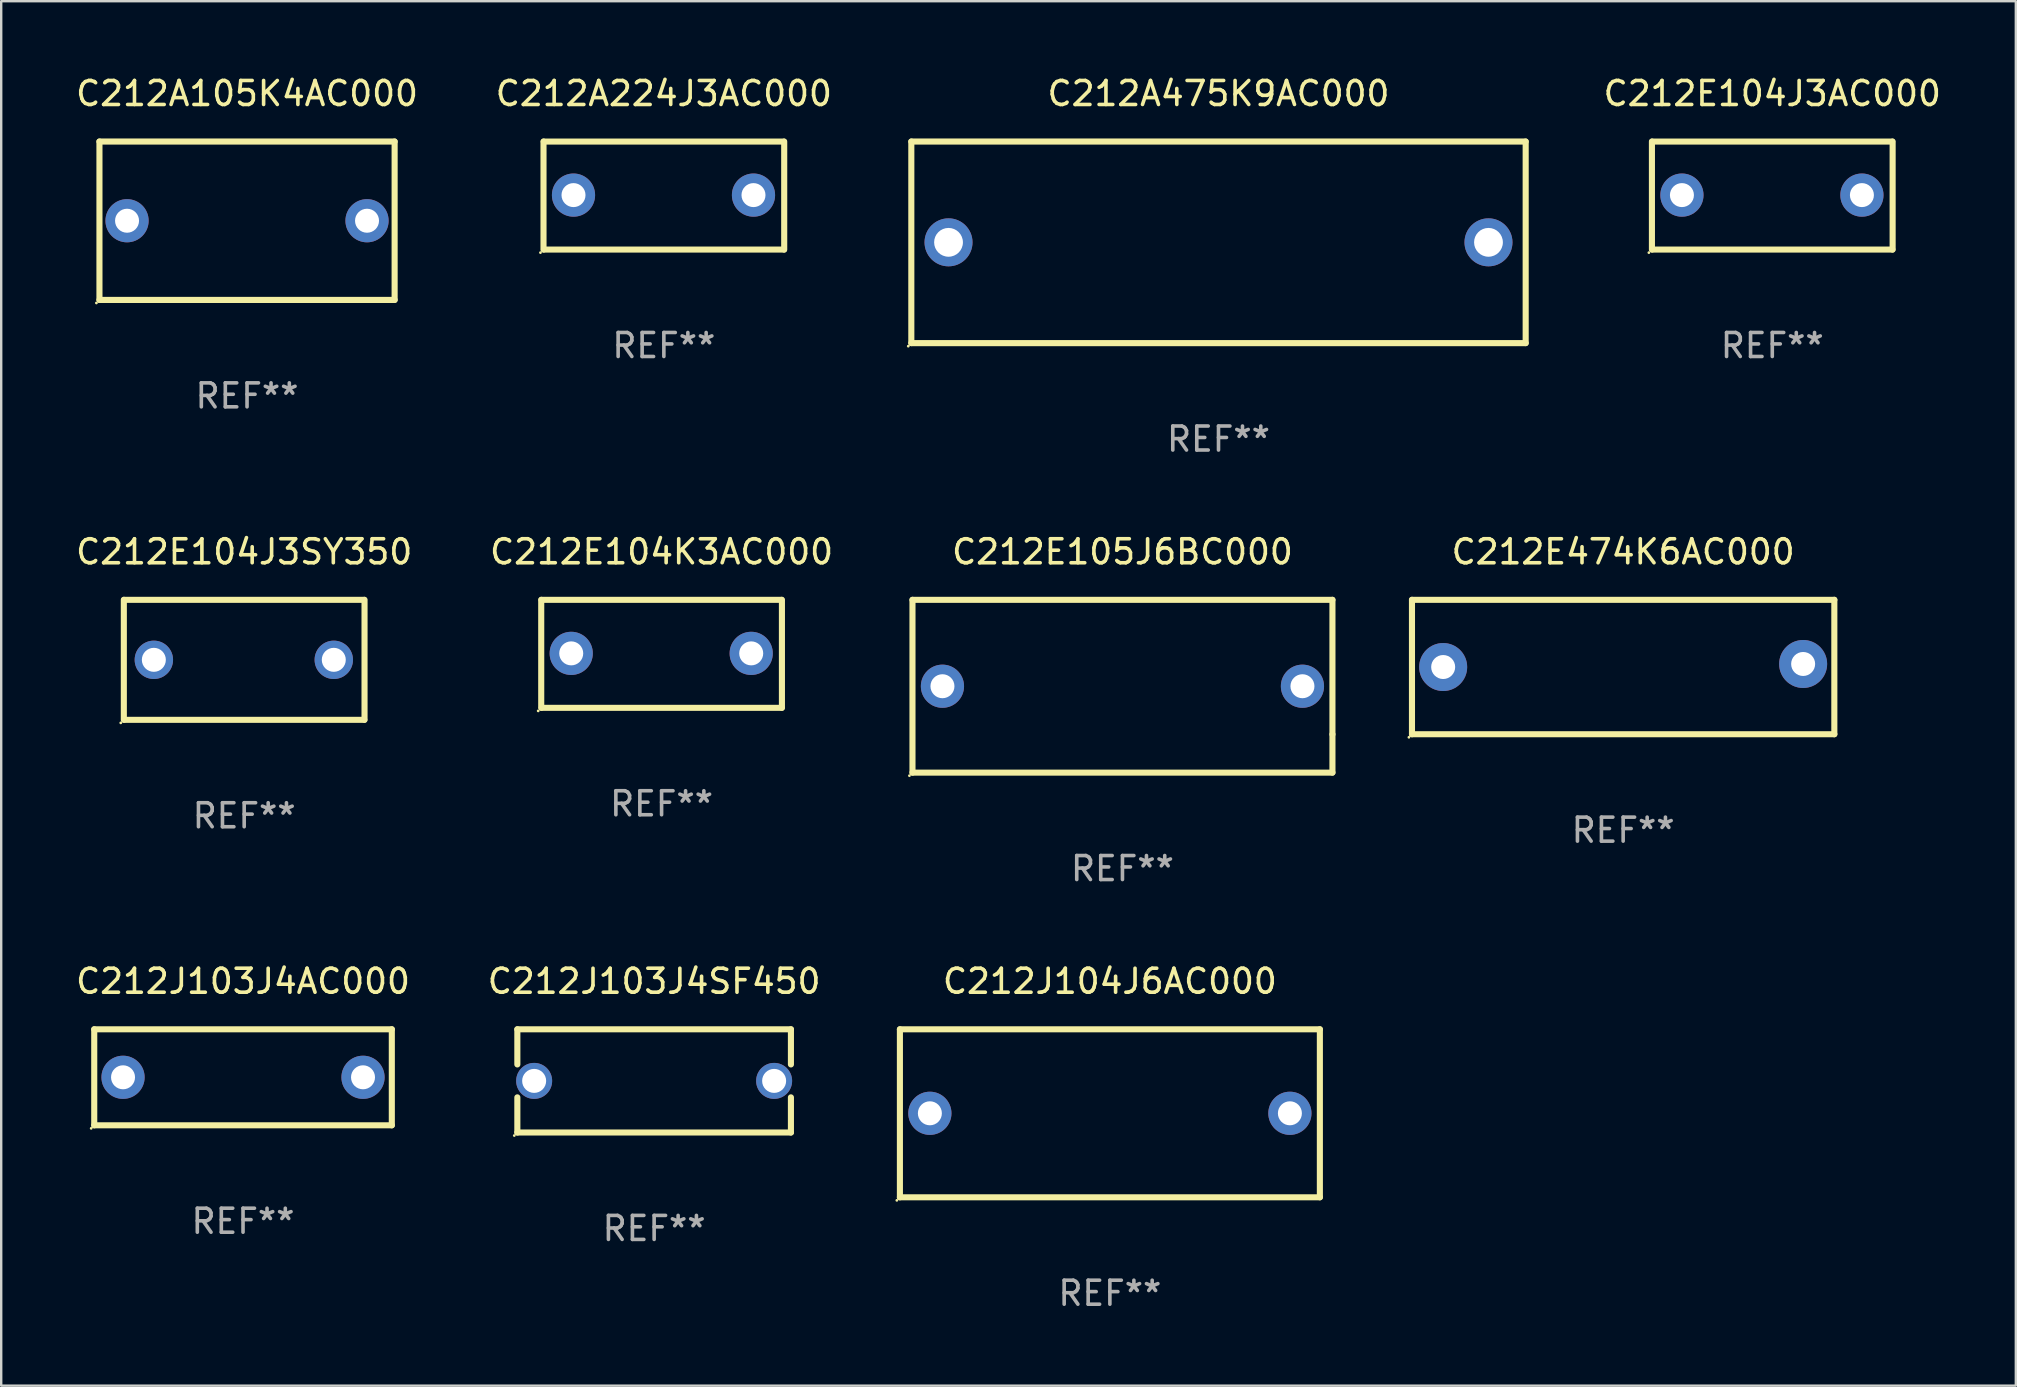
<source format=kicad_pcb>
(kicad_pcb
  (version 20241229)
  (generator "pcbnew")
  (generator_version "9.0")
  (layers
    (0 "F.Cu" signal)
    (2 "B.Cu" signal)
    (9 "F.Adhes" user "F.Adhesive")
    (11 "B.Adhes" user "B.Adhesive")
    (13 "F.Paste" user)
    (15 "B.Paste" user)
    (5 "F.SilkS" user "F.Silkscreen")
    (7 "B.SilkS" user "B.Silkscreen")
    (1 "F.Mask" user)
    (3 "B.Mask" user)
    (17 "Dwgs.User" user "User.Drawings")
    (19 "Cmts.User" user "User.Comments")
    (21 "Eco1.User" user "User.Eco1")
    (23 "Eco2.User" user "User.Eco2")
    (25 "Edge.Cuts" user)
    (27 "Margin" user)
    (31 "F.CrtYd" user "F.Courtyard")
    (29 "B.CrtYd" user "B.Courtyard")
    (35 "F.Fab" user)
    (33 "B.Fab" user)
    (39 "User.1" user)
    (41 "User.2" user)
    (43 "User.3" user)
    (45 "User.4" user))
  (footprint "C212A224J3AC000"
    (layer "F.Cu")
    (at 24.613 5.099)
    (property "Reference" "C212A224J3AC000" (at 0 -4.251 0) (layer "F.SilkS") (effects (font (size 1 1) (thickness 0.15))))
    (attr through_hole)
    (fp_line (start -5.015 2.25) (end -5.015 -2.251) (stroke (width 0.254) (type solid)) (layer "F.SilkS"))
    (fp_line (start -5.005 -2.25) (end 4.995 -2.25) (stroke (width 0.254) (type solid)) (layer "F.SilkS"))
    (fp_line (start 5.005 2.25) (end -4.995 2.25) (stroke (width 0.254) (type solid)) (layer "F.SilkS"))
    (fp_line (start 5.015 -2.25) (end 5.015 2.251) (stroke (width 0.254) (type solid)) (layer "F.SilkS"))
    (fp_circle (center -5.142 2.378) (end -5.112 2.378) (stroke (width 0.06) (type solid)) (fill no) (layer "F.SilkS"))
    (fp_text user "REF**" (at 0 6.251 0) (layer "F.Fab") (effects (font (size 1 1) (thickness 0.15))))
    (pad "1" thru_hole circle (at -3.765 -0.019) (size 1.8 1.8) (drill 1) (layers "*.Cu" "*.Mask"))
    (pad "2" thru_hole circle (at 3.735 -0.019) (size 1.8 1.8) (drill 1) (layers "*.Cu" "*.Mask")))
  (footprint "C212A105K4AC000"
    (layer "F.Cu")
    (at 7.244 6.148)
    (property "Reference" "C212A105K4AC000" (at 0 -5.3 0) (layer "F.SilkS") (effects (font (size 1 1) (thickness 0.15))))
    (attr through_hole)
    (fp_line (start -6.15 -3.3) (end -6.15 3.3) (stroke (width 0.254) (type solid)) (layer "F.SilkS"))
    (fp_line (start -6.15 -3.3) (end 6.15 -3.3) (stroke (width 0.254) (type solid)) (layer "F.SilkS"))
    (fp_line (start -6.15 3.3) (end 6.15 3.3) (stroke (width 0.254) (type solid)) (layer "F.SilkS"))
    (fp_line (start 6.15 -3.3) (end 6.15 3.3) (stroke (width 0.254) (type solid)) (layer "F.SilkS"))
    (fp_circle (center -6.277 3.427) (end -6.247 3.427) (stroke (width 0.06) (type solid)) (fill no) (layer "F.SilkS"))
    (fp_text user "REF**" (at 0 7.3 0) (layer "F.Fab") (effects (font (size 1 1) (thickness 0.15))))
    (pad "1" thru_hole circle (at -5 0) (size 1.8 1.8) (drill 1) (layers "*.Cu" "*.Mask"))
    (pad "2" thru_hole circle (at 5 0) (size 1.8 1.8) (drill 1) (layers "*.Cu" "*.Mask")))
  (footprint "C212E104J3AC000"
    (layer "F.Cu")
    (at 70.801 5.099)
    (property "Reference" "C212E104J3AC000" (at 0 -4.251 0) (layer "F.SilkS") (effects (font (size 1 1) (thickness 0.15))))
    (attr through_hole)
    (fp_line (start -5.015 2.25) (end -5.015 -2.251) (stroke (width 0.254) (type solid)) (layer "F.SilkS"))
    (fp_line (start -5.005 -2.25) (end 4.995 -2.25) (stroke (width 0.254) (type solid)) (layer "F.SilkS"))
    (fp_line (start 5.005 2.25) (end -4.995 2.25) (stroke (width 0.254) (type solid)) (layer "F.SilkS"))
    (fp_line (start 5.015 -2.25) (end 5.015 2.251) (stroke (width 0.254) (type solid)) (layer "F.SilkS"))
    (fp_circle (center -5.142 2.378) (end -5.112 2.378) (stroke (width 0.06) (type solid)) (fill no) (layer "F.SilkS"))
    (fp_text user "REF**" (at 0 6.251 0) (layer "F.Fab") (effects (font (size 1 1) (thickness 0.15))))
    (pad "1" thru_hole circle (at -3.765 -0.019) (size 1.8 1.8) (drill 1) (layers "*.Cu" "*.Mask"))
    (pad "2" thru_hole circle (at 3.735 -0.019) (size 1.8 1.8) (drill 1) (layers "*.Cu" "*.Mask")))
  (footprint "C212E105J6BC000"
    (layer "F.Cu")
    (at 43.723 25.545)
    (property "Reference" "C212E105J6BC000" (at 0 -5.6 0) (layer "F.SilkS") (effects (font (size 1 1) (thickness 0.15))))
    (attr through_hole)
    (fp_line (start -8.75 -3.6) (end 8.75 -3.6) (stroke (width 0.254) (type solid)) (layer "F.SilkS"))
    (fp_line (start -8.75 3.6) (end -8.75 -3.6) (stroke (width 0.254) (type solid)) (layer "F.SilkS"))
    (fp_line (start -8.75 3.6) (end 8.75 3.6) (stroke (width 0.254) (type solid)) (layer "F.SilkS"))
    (fp_line (start 8.75 -3.599) (end 8.75 2.004) (stroke (width 0.254) (type solid)) (layer "F.SilkS"))
    (fp_line (start 8.75 2.004) (end 8.75 3.599) (stroke (width 0.254) (type solid)) (layer "F.SilkS"))
    (fp_circle (center -8.877 3.727) (end -8.847 3.727) (stroke (width 0.06) (type solid)) (fill no) (layer "F.SilkS"))
    (fp_text user "REF**" (at 0 7.6 0) (layer "F.Fab") (effects (font (size 1 1) (thickness 0.15))))
    (pad "1" thru_hole circle (at -7.501 0) (size 1.8 1.8) (drill 1) (layers "*.Cu" "*.Mask"))
    (pad "2" thru_hole circle (at 7.5 0) (size 1.8 1.8) (drill 1) (layers "*.Cu" "*.Mask")))
  (footprint "C212J103J4AC000"
    (layer "F.Cu")
    (at 7.077 41.841)
    (property "Reference" "C212J103J4AC000" (at 0 -4 0) (layer "F.SilkS") (effects (font (size 1 1) (thickness 0.15))))
    (attr through_hole)
    (fp_line (start -6.2 -2) (end -6.2 2) (stroke (width 0.254) (type solid)) (layer "F.SilkS"))
    (fp_line (start -6.2 -2) (end 6.2 -2) (stroke (width 0.254) (type solid)) (layer "F.SilkS"))
    (fp_line (start -6.2 2) (end 6.2 2) (stroke (width 0.254) (type solid)) (layer "F.SilkS"))
    (fp_line (start 6.2 -2) (end 6.2 2) (stroke (width 0.254) (type solid)) (layer "F.SilkS"))
    (fp_circle (center -6.327 2.127) (end -6.297 2.127) (stroke (width 0.06) (type solid)) (fill no) (layer "F.SilkS"))
    (fp_text user "REF**" (at 0 6 0) (layer "F.Fab") (effects (font (size 1 1) (thickness 0.15))))
    (pad "1" thru_hole circle (at -5 0) (size 1.8 1.8) (drill 1) (layers "*.Cu" "*.Mask"))
    (pad "2" thru_hole circle (at 5 0) (size 1.8 1.8) (drill 1) (layers "*.Cu" "*.Mask")))
  (footprint "C212J103J4SF450"
    (layer "F.Cu")
    (at 24.208 41.991)
    (property "Reference" "C212J103J4SF450" (at 0 -4.15 0) (layer "F.SilkS") (effects (font (size 1 1) (thickness 0.15))))
    (attr through_hole)
    (fp_line (start -5.7 -2.15) (end -5.7 -0.686) (stroke (width 0.254) (type solid)) (layer "F.SilkS"))
    (fp_line (start -5.7 -2.15) (end 5.7 -2.15) (stroke (width 0.254) (type solid)) (layer "F.SilkS"))
    (fp_line (start -5.7 0.686) (end -5.7 2.15) (stroke (width 0.254) (type solid)) (layer "F.SilkS"))
    (fp_line (start -5.7 2.15) (end 5.7 2.15) (stroke (width 0.254) (type solid)) (layer "F.SilkS"))
    (fp_line (start 5.7 -2.15) (end 5.7 -0.686) (stroke (width 0.254) (type solid)) (layer "F.SilkS"))
    (fp_line (start 5.7 0.686) (end 5.7 2.15) (stroke (width 0.254) (type solid)) (layer "F.SilkS"))
    (fp_circle (center -5.827 2.277) (end -5.797 2.277) (stroke (width 0.06) (type solid)) (fill no) (layer "F.SilkS"))
    (fp_text user "REF**" (at 0 6.15 0) (layer "F.Fab") (effects (font (size 1 1) (thickness 0.15))))
    (pad "1" thru_hole circle (at -5 0) (size 1.5 1.5) (drill 1) (layers "*.Cu" "*.Mask"))
    (pad "2" thru_hole circle (at 5 0) (size 1.5 1.5) (drill 1) (layers "*.Cu" "*.Mask")))
  (footprint "C212E104J3SY350"
    (layer "F.Cu")
    (at 7.125 24.445)
    (property "Reference" "C212E104J3SY350" (at 0 -4.5 0) (layer "F.SilkS") (effects (font (size 1 1) (thickness 0.15))))
    (attr through_hole)
    (fp_line (start -5.015 2.5) (end -5.015 -2.5) (stroke (width 0.254) (type solid)) (layer "F.SilkS"))
    (fp_line (start -5.005 -2.5) (end 4.995 -2.5) (stroke (width 0.254) (type solid)) (layer "F.SilkS"))
    (fp_line (start 5.005 2.5) (end -4.995 2.5) (stroke (width 0.254) (type solid)) (layer "F.SilkS"))
    (fp_line (start 5.015 -2.5) (end 5.015 2.5) (stroke (width 0.254) (type solid)) (layer "F.SilkS"))
    (fp_circle (center -5.142 2.627) (end -5.112 2.627) (stroke (width 0.06) (type solid)) (fill no) (layer "F.SilkS"))
    (fp_text user "REF**" (at 0 6.5 0) (layer "F.Fab") (effects (font (size 1 1) (thickness 0.15))))
    (pad "1" thru_hole circle (at -3.764 0) (size 1.6 1.6) (drill 1) (layers "*.Cu" "*.Mask"))
    (pad "2" thru_hole circle (at 3.734 0) (size 1.6 1.6) (drill 1) (layers "*.Cu" "*.Mask")))
  (footprint "C212E474K6AC000"
    (layer "F.Cu")
    (at 64.587 24.745)
    (property "Reference" "C212E474K6AC000" (at 0 -4.8 0) (layer "F.SilkS") (effects (font (size 1 1) (thickness 0.15))))
    (attr through_hole)
    (fp_line (start -8.8 -2.8) (end 8.8 -2.8) (stroke (width 0.254) (type solid)) (layer "F.SilkS"))
    (fp_line (start -8.8 2.8) (end -8.8 -2.8) (stroke (width 0.254) (type solid)) (layer "F.SilkS"))
    (fp_line (start 8.8 -2.8) (end 8.8 2.8) (stroke (width 0.254) (type solid)) (layer "F.SilkS"))
    (fp_line (start 8.8 2.8) (end -8.8 2.8) (stroke (width 0.254) (type solid)) (layer "F.SilkS"))
    (fp_circle (center -8.927 2.927) (end -8.897 2.927) (stroke (width 0.06) (type solid)) (fill no) (layer "F.SilkS"))
    (fp_text user "REF**" (at 0 6.8 0) (layer "F.Fab") (effects (font (size 1 1) (thickness 0.15))))
    (pad "1" thru_hole circle (at -7.5 0) (size 2 2) (drill 1) (layers "*.Cu" "*.Mask"))
    (pad "2" thru_hole circle (at 7.5 -0.127) (size 2 2) (drill 1) (layers "*.Cu" "*.Mask")))
  (footprint "C212J104J6AC000"
    (layer "F.Cu")
    (at 43.199 43.341)
    (property "Reference" "C212J104J6AC000" (at 0 -5.5 0) (layer "F.SilkS") (effects (font (size 1 1) (thickness 0.15))))
    (attr through_hole)
    (fp_line (start -8.75 -3.5) (end 8.75 -3.5) (stroke (width 0.254) (type solid)) (layer "F.SilkS"))
    (fp_line (start -8.75 3.5) (end -8.75 -3.5) (stroke (width 0.254) (type solid)) (layer "F.SilkS"))
    (fp_line (start 8.75 -3.5) (end 8.75 3.5) (stroke (width 0.254) (type solid)) (layer "F.SilkS"))
    (fp_line (start 8.75 3.5) (end -8.75 3.5) (stroke (width 0.254) (type solid)) (layer "F.SilkS"))
    (fp_circle (center -8.877 3.627) (end -8.847 3.627) (stroke (width 0.06) (type solid)) (fill no) (layer "F.SilkS"))
    (fp_text user "REF**" (at 0 7.5 0) (layer "F.Fab") (effects (font (size 1 1) (thickness 0.15))))
    (pad "1" thru_hole circle (at -7.501 0) (size 1.8 1.8) (drill 1) (layers "*.Cu" "*.Mask"))
    (pad "2" thru_hole circle (at 7.501 0) (size 1.8 1.8) (drill 1) (layers "*.Cu" "*.Mask")))
  (footprint "C212E104K3AC000"
    (layer "F.Cu")
    (at 24.518 24.195)
    (property "Reference" "C212E104K3AC000" (at 0 -4.251 0) (layer "F.SilkS") (effects (font (size 1 1) (thickness 0.15))))
    (attr through_hole)
    (fp_line (start -5.015 2.25) (end -5.015 -2.251) (stroke (width 0.254) (type solid)) (layer "F.SilkS"))
    (fp_line (start -5.005 -2.25) (end 4.995 -2.25) (stroke (width 0.254) (type solid)) (layer "F.SilkS"))
    (fp_line (start 5.005 2.25) (end -4.995 2.25) (stroke (width 0.254) (type solid)) (layer "F.SilkS"))
    (fp_line (start 5.015 -2.25) (end 5.015 2.251) (stroke (width 0.254) (type solid)) (layer "F.SilkS"))
    (fp_circle (center -5.142 2.378) (end -5.112 2.378) (stroke (width 0.06) (type solid)) (fill no) (layer "F.SilkS"))
    (fp_text user "REF**" (at 0 6.251 0) (layer "F.Fab") (effects (font (size 1 1) (thickness 0.15))))
    (pad "1" thru_hole circle (at -3.765 -0.019) (size 1.8 1.8) (drill 1) (layers "*.Cu" "*.Mask"))
    (pad "2" thru_hole circle (at 3.735 -0.019) (size 1.8 1.8) (drill 1) (layers "*.Cu" "*.Mask")))
  (footprint "C212A475K9AC000"
    (layer "F.Cu")
    (at 47.725 7.048)
    (property "Reference" "C212A475K9AC000" (at 0 -6.2 0) (layer "F.SilkS") (effects (font (size 1 1) (thickness 0.15))))
    (attr through_hole)
    (fp_line (start -12.8 -4.2) (end -12.8 4.2) (stroke (width 0.254) (type solid)) (layer "F.SilkS"))
    (fp_line (start -12.8 -4.2) (end 12.8 -4.2) (stroke (width 0.254) (type solid)) (layer "F.SilkS"))
    (fp_line (start 12.8 -4.2) (end 12.8 4.2) (stroke (width 0.254) (type solid)) (layer "F.SilkS"))
    (fp_line (start 12.8 4.2) (end -12.8 4.2) (stroke (width 0.254) (type solid)) (layer "F.SilkS"))
    (fp_circle (center -12.927 4.327) (end -12.897 4.327) (stroke (width 0.06) (type solid)) (fill no) (layer "F.SilkS"))
    (fp_text user "REF**" (at 0 8.2 0) (layer "F.Fab") (effects (font (size 1 1) (thickness 0.15))))
    (pad "1" thru_hole circle (at -11.25 0) (size 2 2) (drill 1.2) (layers "*.Cu" "*.Mask"))
    (pad "2" thru_hole circle (at 11.25 0) (size 2 2) (drill 1.2) (layers "*.Cu" "*.Mask")))
  (gr_rect
    (start -3 -3)
    (end 80.95 54.69)
    (stroke (width 0.1) (type default))
    (fill no)
    (layer "Edge.Cuts")))
</source>
